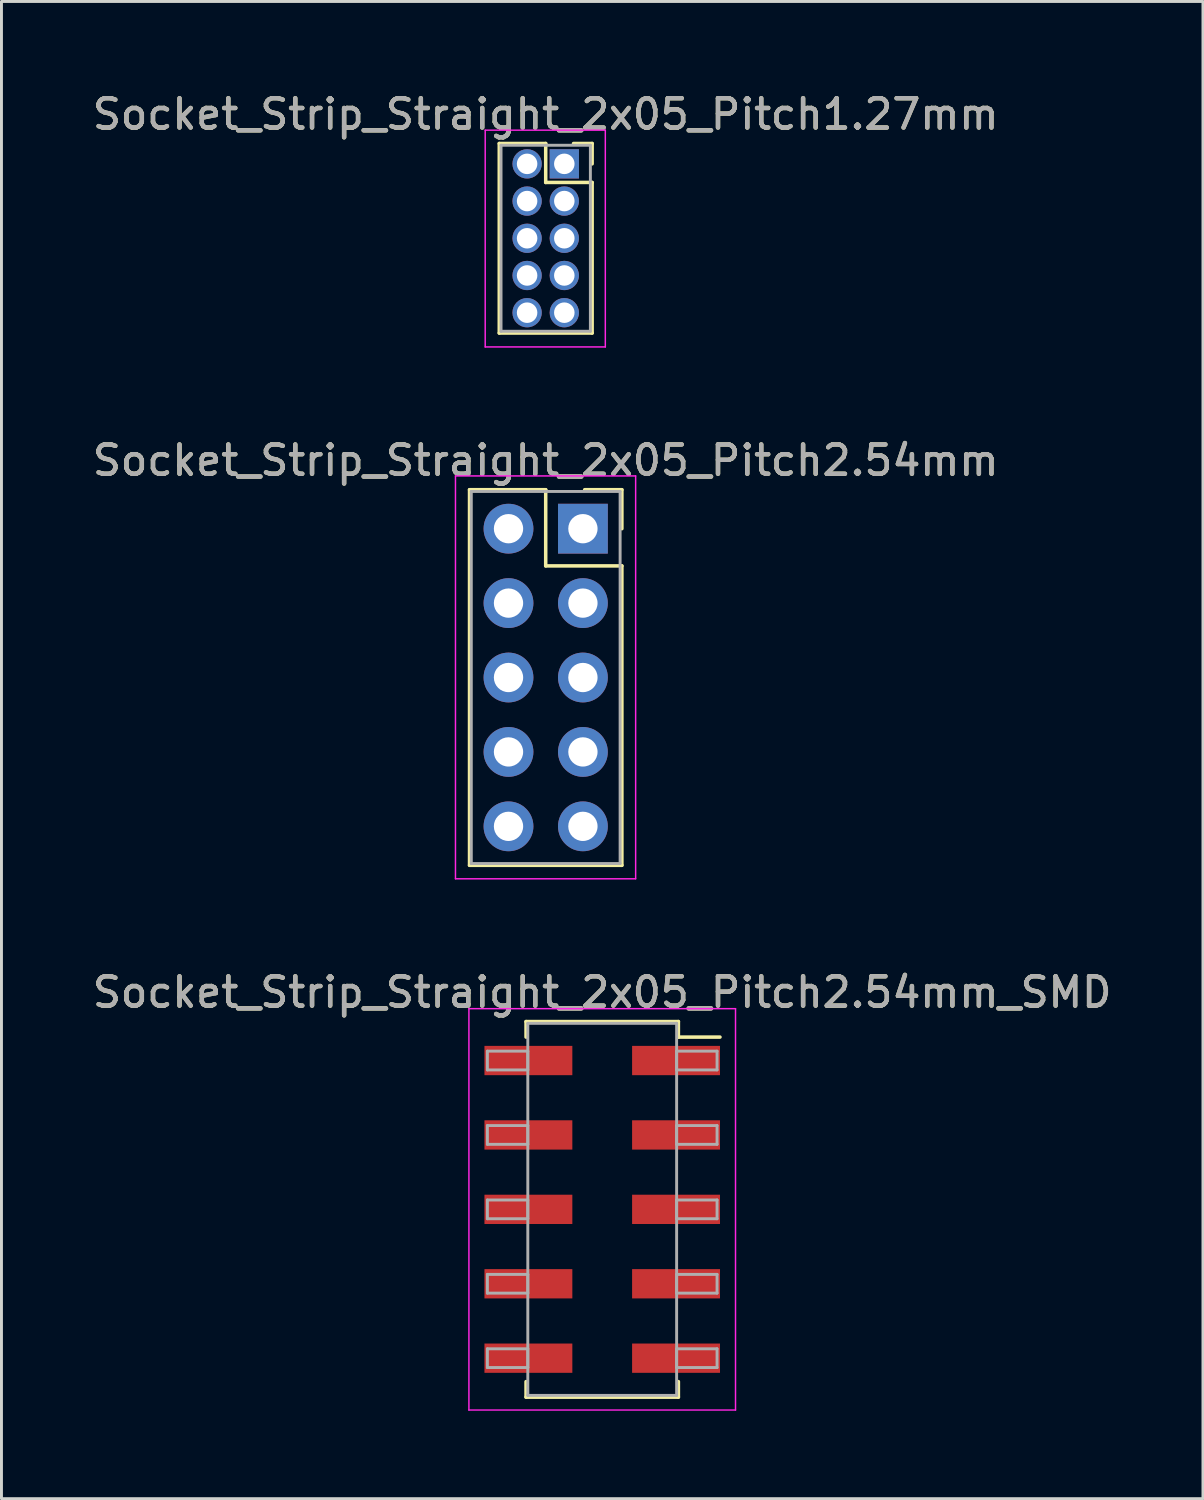
<source format=kicad_pcb>
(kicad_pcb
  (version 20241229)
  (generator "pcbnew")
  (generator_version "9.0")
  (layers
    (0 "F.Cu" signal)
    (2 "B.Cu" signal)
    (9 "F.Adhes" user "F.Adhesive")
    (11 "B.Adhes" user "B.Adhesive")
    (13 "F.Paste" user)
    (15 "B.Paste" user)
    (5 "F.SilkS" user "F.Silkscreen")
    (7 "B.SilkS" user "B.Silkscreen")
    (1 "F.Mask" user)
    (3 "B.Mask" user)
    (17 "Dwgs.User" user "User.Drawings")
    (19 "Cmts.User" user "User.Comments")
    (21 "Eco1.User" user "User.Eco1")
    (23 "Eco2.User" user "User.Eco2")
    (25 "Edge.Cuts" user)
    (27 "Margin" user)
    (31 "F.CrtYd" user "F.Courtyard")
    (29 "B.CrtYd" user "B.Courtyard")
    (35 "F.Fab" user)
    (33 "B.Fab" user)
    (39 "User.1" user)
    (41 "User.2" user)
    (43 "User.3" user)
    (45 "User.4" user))
  (footprint "Socket_Strip_Straight_2x05_Pitch2.54mm_SMD"
    (layer "F.Cu")
    (at 17.506 38.23)
    (property "Reference" "Socket_Strip_Straight_2x05_Pitch2.54mm_SMD" (at 0 -7.41 0) (layer "F.SilkS") (effects (font (size 1 1) (thickness 0.15))))
    (attr smd)
    (fp_line (start -2.6 -6.41) (end 2.6 -6.41) (stroke (width 0.12) (type solid)) (layer "F.SilkS"))
    (fp_line (start -2.6 -5.88) (end -2.6 -6.41) (stroke (width 0.12) (type solid)) (layer "F.SilkS"))
    (fp_line (start -2.6 5.88) (end -2.6 6.41) (stroke (width 0.12) (type solid)) (layer "F.SilkS"))
    (fp_line (start -2.6 6.41) (end 2.6 6.41) (stroke (width 0.12) (type solid)) (layer "F.SilkS"))
    (fp_line (start 2.6 -6.41) (end 2.6 -5.88) (stroke (width 0.12) (type solid)) (layer "F.SilkS"))
    (fp_line (start 2.6 6.41) (end 2.6 5.88) (stroke (width 0.12) (type solid)) (layer "F.SilkS"))
    (fp_line (start 4.02 -5.88) (end 2.6 -5.88) (stroke (width 0.12) (type solid)) (layer "F.SilkS"))
    (fp_line (start -4.55 -6.85) (end -4.55 6.85) (stroke (width 0.05) (type solid)) (layer "F.CrtYd"))
    (fp_line (start -4.55 6.85) (end 4.55 6.85) (stroke (width 0.05) (type solid)) (layer "F.CrtYd"))
    (fp_line (start 4.55 -6.85) (end -4.55 -6.85) (stroke (width 0.05) (type solid)) (layer "F.CrtYd"))
    (fp_line (start 4.55 6.85) (end 4.55 -6.85) (stroke (width 0.05) (type solid)) (layer "F.CrtYd"))
    (fp_line (start -3.92 -5.4) (end -2.54 -5.4) (stroke (width 0.1) (type solid)) (layer "F.Fab"))
    (fp_line (start -3.92 -4.76) (end -3.92 -5.4) (stroke (width 0.1) (type solid)) (layer "F.Fab"))
    (fp_line (start -3.92 -2.86) (end -2.54 -2.86) (stroke (width 0.1) (type solid)) (layer "F.Fab"))
    (fp_line (start -3.92 -2.22) (end -3.92 -2.86) (stroke (width 0.1) (type solid)) (layer "F.Fab"))
    (fp_line (start -3.92 -0.32) (end -2.54 -0.32) (stroke (width 0.1) (type solid)) (layer "F.Fab"))
    (fp_line (start -3.92 0.32) (end -3.92 -0.32) (stroke (width 0.1) (type solid)) (layer "F.Fab"))
    (fp_line (start -3.92 2.22) (end -2.54 2.22) (stroke (width 0.1) (type solid)) (layer "F.Fab"))
    (fp_line (start -3.92 2.86) (end -3.92 2.22) (stroke (width 0.1) (type solid)) (layer "F.Fab"))
    (fp_line (start -3.92 4.76) (end -2.54 4.76) (stroke (width 0.1) (type solid)) (layer "F.Fab"))
    (fp_line (start -3.92 5.4) (end -3.92 4.76) (stroke (width 0.1) (type solid)) (layer "F.Fab"))
    (fp_line (start -2.54 -6.35) (end -2.54 6.35) (stroke (width 0.1) (type solid)) (layer "F.Fab"))
    (fp_line (start -2.54 -5.4) (end -2.54 -4.76) (stroke (width 0.1) (type solid)) (layer "F.Fab"))
    (fp_line (start -2.54 -4.76) (end -3.92 -4.76) (stroke (width 0.1) (type solid)) (layer "F.Fab"))
    (fp_line (start -2.54 -2.86) (end -2.54 -2.22) (stroke (width 0.1) (type solid)) (layer "F.Fab"))
    (fp_line (start -2.54 -2.22) (end -3.92 -2.22) (stroke (width 0.1) (type solid)) (layer "F.Fab"))
    (fp_line (start -2.54 -0.32) (end -2.54 0.32) (stroke (width 0.1) (type solid)) (layer "F.Fab"))
    (fp_line (start -2.54 0.32) (end -3.92 0.32) (stroke (width 0.1) (type solid)) (layer "F.Fab"))
    (fp_line (start -2.54 2.22) (end -2.54 2.86) (stroke (width 0.1) (type solid)) (layer "F.Fab"))
    (fp_line (start -2.54 2.86) (end -3.92 2.86) (stroke (width 0.1) (type solid)) (layer "F.Fab"))
    (fp_line (start -2.54 4.76) (end -2.54 5.4) (stroke (width 0.1) (type solid)) (layer "F.Fab"))
    (fp_line (start -2.54 5.4) (end -3.92 5.4) (stroke (width 0.1) (type solid)) (layer "F.Fab"))
    (fp_line (start -2.54 6.35) (end 2.54 6.35) (stroke (width 0.1) (type solid)) (layer "F.Fab"))
    (fp_line (start 2.54 -6.35) (end -2.54 -6.35) (stroke (width 0.1) (type solid)) (layer "F.Fab"))
    (fp_line (start 2.54 -5.4) (end 2.54 -4.76) (stroke (width 0.1) (type solid)) (layer "F.Fab"))
    (fp_line (start 2.54 -4.76) (end 3.92 -4.76) (stroke (width 0.1) (type solid)) (layer "F.Fab"))
    (fp_line (start 2.54 -2.86) (end 2.54 -2.22) (stroke (width 0.1) (type solid)) (layer "F.Fab"))
    (fp_line (start 2.54 -2.22) (end 3.92 -2.22) (stroke (width 0.1) (type solid)) (layer "F.Fab"))
    (fp_line (start 2.54 -0.32) (end 2.54 0.32) (stroke (width 0.1) (type solid)) (layer "F.Fab"))
    (fp_line (start 2.54 0.32) (end 3.92 0.32) (stroke (width 0.1) (type solid)) (layer "F.Fab"))
    (fp_line (start 2.54 2.22) (end 2.54 2.86) (stroke (width 0.1) (type solid)) (layer "F.Fab"))
    (fp_line (start 2.54 2.86) (end 3.92 2.86) (stroke (width 0.1) (type solid)) (layer "F.Fab"))
    (fp_line (start 2.54 4.76) (end 2.54 5.4) (stroke (width 0.1) (type solid)) (layer "F.Fab"))
    (fp_line (start 2.54 5.4) (end 3.92 5.4) (stroke (width 0.1) (type solid)) (layer "F.Fab"))
    (fp_line (start 2.54 6.35) (end 2.54 -6.35) (stroke (width 0.1) (type solid)) (layer "F.Fab"))
    (fp_line (start 3.92 -5.4) (end 2.54 -5.4) (stroke (width 0.1) (type solid)) (layer "F.Fab"))
    (fp_line (start 3.92 -4.76) (end 3.92 -5.4) (stroke (width 0.1) (type solid)) (layer "F.Fab"))
    (fp_line (start 3.92 -2.86) (end 2.54 -2.86) (stroke (width 0.1) (type solid)) (layer "F.Fab"))
    (fp_line (start 3.92 -2.22) (end 3.92 -2.86) (stroke (width 0.1) (type solid)) (layer "F.Fab"))
    (fp_line (start 3.92 -0.32) (end 2.54 -0.32) (stroke (width 0.1) (type solid)) (layer "F.Fab"))
    (fp_line (start 3.92 0.32) (end 3.92 -0.32) (stroke (width 0.1) (type solid)) (layer "F.Fab"))
    (fp_line (start 3.92 2.22) (end 2.54 2.22) (stroke (width 0.1) (type solid)) (layer "F.Fab"))
    (fp_line (start 3.92 2.86) (end 3.92 2.22) (stroke (width 0.1) (type solid)) (layer "F.Fab"))
    (fp_line (start 3.92 4.76) (end 2.54 4.76) (stroke (width 0.1) (type solid)) (layer "F.Fab"))
    (fp_line (start 3.92 5.4) (end 3.92 4.76) (stroke (width 0.1) (type solid)) (layer "F.Fab"))
    (fp_text user "${REFERENCE}" (at 0 -7.41 0) (layer "F.Fab") (effects (font (size 1 1) (thickness 0.15))))
    (pad "1" smd rect (at 2.52 -5.08) (size 3 1) (layers "F.Cu" "F.Mask" "F.Paste"))
    (pad "2" smd rect (at -2.52 -5.08) (size 3 1) (layers "F.Cu" "F.Mask" "F.Paste"))
    (pad "3" smd rect (at 2.52 -2.54) (size 3 1) (layers "F.Cu" "F.Mask" "F.Paste"))
    (pad "4" smd rect (at -2.52 -2.54) (size 3 1) (layers "F.Cu" "F.Mask" "F.Paste"))
    (pad "5" smd rect (at 2.52 0) (size 3 1) (layers "F.Cu" "F.Mask" "F.Paste"))
    (pad "6" smd rect (at -2.52 0) (size 3 1) (layers "F.Cu" "F.Mask" "F.Paste"))
    (pad "7" smd rect (at 2.52 2.54) (size 3 1) (layers "F.Cu" "F.Mask" "F.Paste"))
    (pad "8" smd rect (at -2.52 2.54) (size 3 1) (layers "F.Cu" "F.Mask" "F.Paste"))
    (pad "9" smd rect (at 2.52 5.08) (size 3 1) (layers "F.Cu" "F.Mask" "F.Paste"))
    (pad "10" smd rect (at -2.52 5.08) (size 3 1) (layers "F.Cu" "F.Mask" "F.Paste")))
  (footprint "Socket_Strip_Straight_2x05_Pitch2.54mm"
    (layer "F.Cu")
    (at 16.847 14.996)
    (property "Reference" "Socket_Strip_Straight_2x05_Pitch2.54mm" (at -1.27 -2.33 0) (layer "F.SilkS") (effects (font (size 1 1) (thickness 0.15))))
    (attr through_hole)
    (fp_line (start -3.87 -1.33) (end -1.27 -1.33) (stroke (width 0.12) (type solid)) (layer "F.SilkS"))
    (fp_line (start -3.87 11.49) (end -3.87 -1.33) (stroke (width 0.12) (type solid)) (layer "F.SilkS"))
    (fp_line (start -1.27 -1.33) (end -1.27 1.27) (stroke (width 0.12) (type solid)) (layer "F.SilkS"))
    (fp_line (start -1.27 1.27) (end 1.33 1.27) (stroke (width 0.12) (type solid)) (layer "F.SilkS"))
    (fp_line (start 1.33 -1.33) (end 0.06 -1.33) (stroke (width 0.12) (type solid)) (layer "F.SilkS"))
    (fp_line (start 1.33 0) (end 1.33 -1.33) (stroke (width 0.12) (type solid)) (layer "F.SilkS"))
    (fp_line (start 1.33 1.27) (end 1.33 11.49) (stroke (width 0.12) (type solid)) (layer "F.SilkS"))
    (fp_line (start 1.33 11.49) (end -3.87 11.49) (stroke (width 0.12) (type solid)) (layer "F.SilkS"))
    (fp_line (start -4.35 -1.8) (end -4.35 11.95) (stroke (width 0.05) (type solid)) (layer "F.CrtYd"))
    (fp_line (start -4.35 11.95) (end 1.8 11.95) (stroke (width 0.05) (type solid)) (layer "F.CrtYd"))
    (fp_line (start 1.8 -1.8) (end -4.35 -1.8) (stroke (width 0.05) (type solid)) (layer "F.CrtYd"))
    (fp_line (start 1.8 11.95) (end 1.8 -1.8) (stroke (width 0.05) (type solid)) (layer "F.CrtYd"))
    (fp_line (start -3.81 -1.27) (end -3.81 11.43) (stroke (width 0.1) (type solid)) (layer "F.Fab"))
    (fp_line (start -3.81 11.43) (end 1.27 11.43) (stroke (width 0.1) (type solid)) (layer "F.Fab"))
    (fp_line (start 1.27 -1.27) (end -3.81 -1.27) (stroke (width 0.1) (type solid)) (layer "F.Fab"))
    (fp_line (start 1.27 11.43) (end 1.27 -1.27) (stroke (width 0.1) (type solid)) (layer "F.Fab"))
    (fp_text user "${REFERENCE}" (at -1.27 -2.33 0) (layer "F.Fab") (effects (font (size 1 1) (thickness 0.15))))
    (pad "1" thru_hole rect (at 0 0) (size 1.7 1.7) (drill 1) (layers "*.Cu" "*.Mask"))
    (pad "2" thru_hole oval (at -2.54 0) (size 1.7 1.7) (drill 1) (layers "*.Cu" "*.Mask"))
    (pad "3" thru_hole oval (at 0 2.54) (size 1.7 1.7) (drill 1) (layers "*.Cu" "*.Mask"))
    (pad "4" thru_hole oval (at -2.54 2.54) (size 1.7 1.7) (drill 1) (layers "*.Cu" "*.Mask"))
    (pad "5" thru_hole oval (at 0 5.08) (size 1.7 1.7) (drill 1) (layers "*.Cu" "*.Mask"))
    (pad "6" thru_hole oval (at -2.54 5.08) (size 1.7 1.7) (drill 1) (layers "*.Cu" "*.Mask"))
    (pad "7" thru_hole oval (at 0 7.62) (size 1.7 1.7) (drill 1) (layers "*.Cu" "*.Mask"))
    (pad "8" thru_hole oval (at -2.54 7.62) (size 1.7 1.7) (drill 1) (layers "*.Cu" "*.Mask"))
    (pad "9" thru_hole oval (at 0 10.16) (size 1.7 1.7) (drill 1) (layers "*.Cu" "*.Mask"))
    (pad "10" thru_hole oval (at -2.54 10.16) (size 1.7 1.7) (drill 1) (layers "*.Cu" "*.Mask")))
  (footprint "Socket_Strip_Straight_2x05_Pitch1.27mm"
    (layer "F.Cu")
    (at 16.212 2.543)
    (property "Reference" "Socket_Strip_Straight_2x05_Pitch1.27mm" (at -0.635 -1.695 0) (layer "F.SilkS") (effects (font (size 1 1) (thickness 0.15))))
    (attr through_hole)
    (fp_line (start -2.22 -0.695) (end -0.635 -0.695) (stroke (width 0.12) (type solid)) (layer "F.SilkS"))
    (fp_line (start -2.22 5.775) (end -2.22 -0.695) (stroke (width 0.12) (type solid)) (layer "F.SilkS"))
    (fp_line (start -0.635 -0.695) (end -0.635 0.635) (stroke (width 0.12) (type solid)) (layer "F.SilkS"))
    (fp_line (start -0.635 0.635) (end 0.95 0.635) (stroke (width 0.12) (type solid)) (layer "F.SilkS"))
    (fp_line (start 0.95 -0.695) (end 0.315 -0.695) (stroke (width 0.12) (type solid)) (layer "F.SilkS"))
    (fp_line (start 0.95 0) (end 0.95 -0.695) (stroke (width 0.12) (type solid)) (layer "F.SilkS"))
    (fp_line (start 0.95 0.635) (end 0.95 5.775) (stroke (width 0.12) (type solid)) (layer "F.SilkS"))
    (fp_line (start 0.95 5.775) (end -2.22 5.775) (stroke (width 0.12) (type solid)) (layer "F.SilkS"))
    (fp_line (start -2.7 -1.15) (end -2.7 6.25) (stroke (width 0.05) (type solid)) (layer "F.CrtYd"))
    (fp_line (start -2.7 6.25) (end 1.4 6.25) (stroke (width 0.05) (type solid)) (layer "F.CrtYd"))
    (fp_line (start 1.4 -1.15) (end -2.7 -1.15) (stroke (width 0.05) (type solid)) (layer "F.CrtYd"))
    (fp_line (start 1.4 6.25) (end 1.4 -1.15) (stroke (width 0.05) (type solid)) (layer "F.CrtYd"))
    (fp_line (start -2.16 -0.635) (end -2.16 5.715) (stroke (width 0.1) (type solid)) (layer "F.Fab"))
    (fp_line (start -2.16 5.715) (end 0.89 5.715) (stroke (width 0.1) (type solid)) (layer "F.Fab"))
    (fp_line (start 0.89 -0.635) (end -2.16 -0.635) (stroke (width 0.1) (type solid)) (layer "F.Fab"))
    (fp_line (start 0.89 5.715) (end 0.89 -0.635) (stroke (width 0.1) (type solid)) (layer "F.Fab"))
    (fp_text user "${REFERENCE}" (at -0.635 -1.695 0) (layer "F.Fab") (effects (font (size 1 1) (thickness 0.15))))
    (pad "1" thru_hole rect (at 0 0) (size 1 1) (drill 0.7) (layers "*.Cu" "*.Mask"))
    (pad "2" thru_hole oval (at -1.27 0) (size 1 1) (drill 0.7) (layers "*.Cu" "*.Mask"))
    (pad "3" thru_hole oval (at 0 1.27) (size 1 1) (drill 0.7) (layers "*.Cu" "*.Mask"))
    (pad "4" thru_hole oval (at -1.27 1.27) (size 1 1) (drill 0.7) (layers "*.Cu" "*.Mask"))
    (pad "5" thru_hole oval (at 0 2.54) (size 1 1) (drill 0.7) (layers "*.Cu" "*.Mask"))
    (pad "6" thru_hole oval (at -1.27 2.54) (size 1 1) (drill 0.7) (layers "*.Cu" "*.Mask"))
    (pad "7" thru_hole oval (at 0 3.81) (size 1 1) (drill 0.7) (layers "*.Cu" "*.Mask"))
    (pad "8" thru_hole oval (at -1.27 3.81) (size 1 1) (drill 0.7) (layers "*.Cu" "*.Mask"))
    (pad "9" thru_hole oval (at 0 5.08) (size 1 1) (drill 0.7) (layers "*.Cu" "*.Mask"))
    (pad "10" thru_hole oval (at -1.27 5.08) (size 1 1) (drill 0.7) (layers "*.Cu" "*.Mask")))
  (gr_rect
    (start -3 -3)
    (end 38.012 48.105)
    (stroke (width 0.1) (type default))
    (fill no)
    (layer "Edge.Cuts")))
</source>
